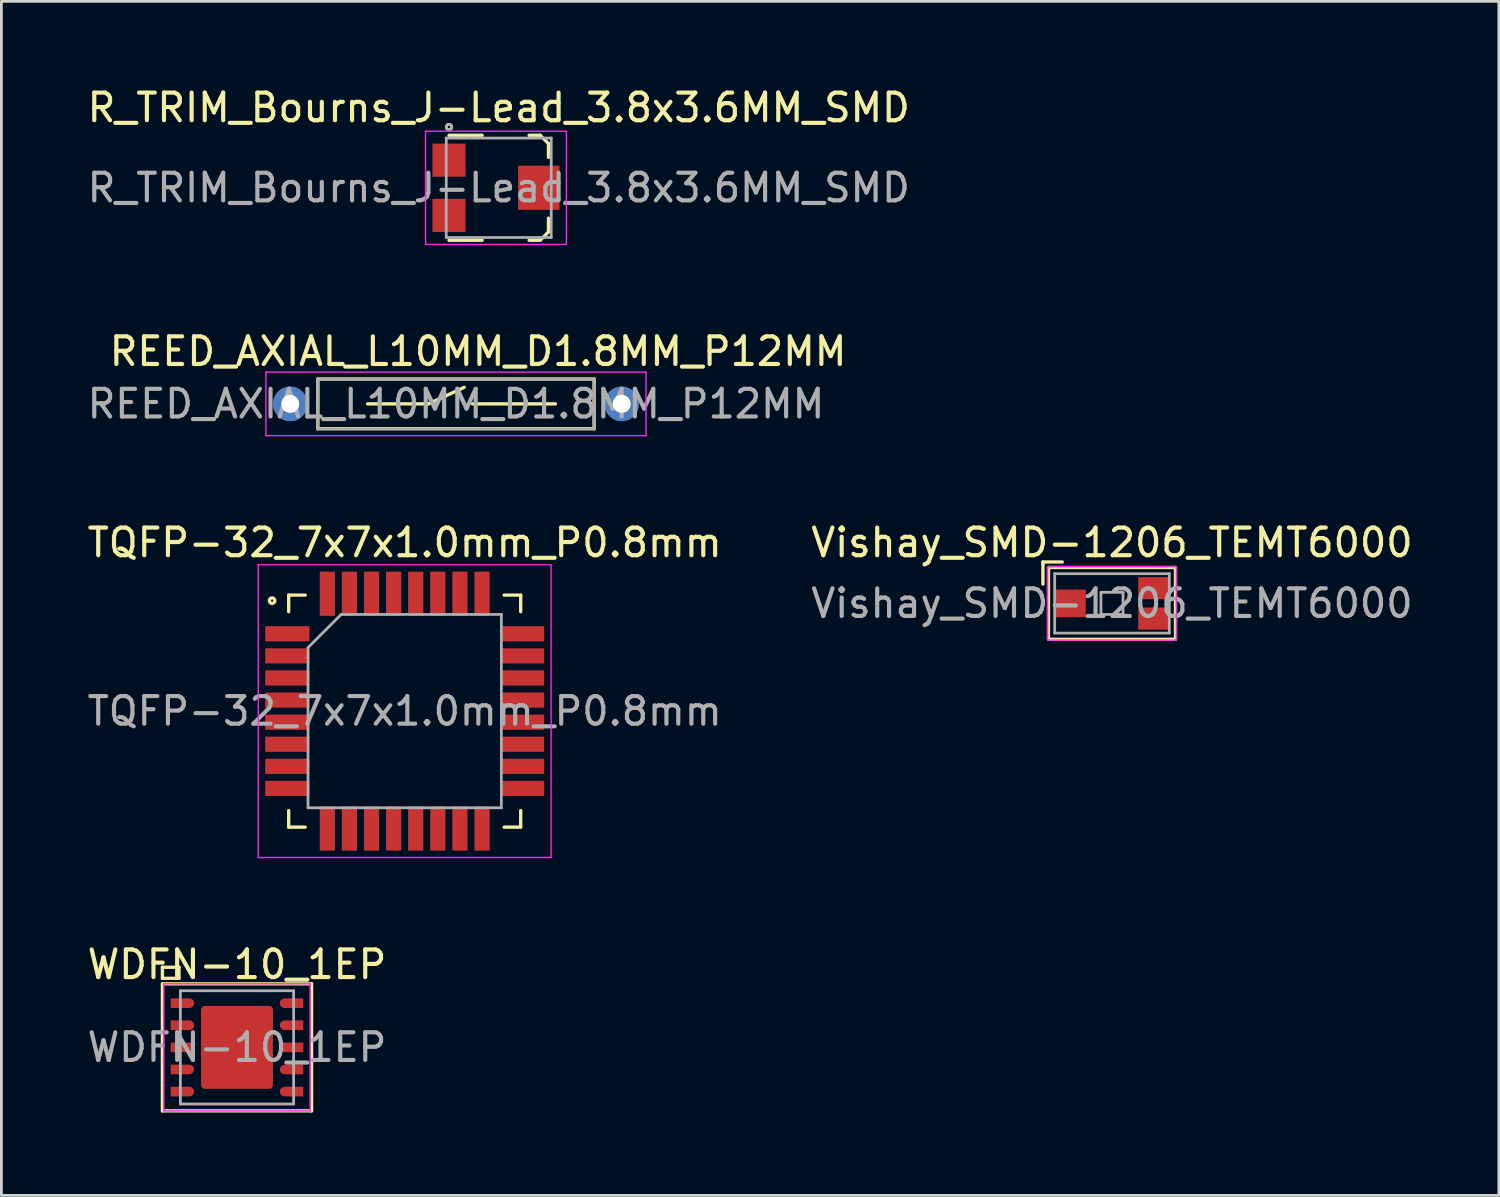
<source format=kicad_pcb>
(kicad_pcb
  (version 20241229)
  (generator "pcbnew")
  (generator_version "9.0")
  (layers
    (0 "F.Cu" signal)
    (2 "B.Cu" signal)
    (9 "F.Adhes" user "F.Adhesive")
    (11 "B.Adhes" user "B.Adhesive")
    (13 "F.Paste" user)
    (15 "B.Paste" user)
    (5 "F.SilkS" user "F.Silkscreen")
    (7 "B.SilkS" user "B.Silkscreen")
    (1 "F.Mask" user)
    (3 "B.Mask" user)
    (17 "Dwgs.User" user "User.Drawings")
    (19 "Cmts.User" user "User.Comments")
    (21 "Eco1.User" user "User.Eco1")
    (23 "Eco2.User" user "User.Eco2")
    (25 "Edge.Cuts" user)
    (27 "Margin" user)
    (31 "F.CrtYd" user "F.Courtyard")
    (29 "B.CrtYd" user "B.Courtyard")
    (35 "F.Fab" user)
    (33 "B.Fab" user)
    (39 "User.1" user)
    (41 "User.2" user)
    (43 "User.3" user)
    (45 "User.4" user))
  (footprint "TQFP-32_7x7x1.0mm_P0.8mm"
    (layer "F.Cu")
    (at 11.601 22.695)
    (property "Reference" "TQFP-32_7x7x1.0mm_P0.8mm" (at 0 -6.1 0) (layer "F.SilkS") (effects (font (size 1 1) (thickness 0.15))))
    (attr smd)
    (fp_line (start -4.2 -4.2) (end -4.2 -3.6) (stroke (width 0.12) (type solid)) (layer "F.SilkS"))
    (fp_line (start -4.2 -4.2) (end -3.6 -4.2) (stroke (width 0.12) (type solid)) (layer "F.SilkS"))
    (fp_line (start -4.2 3.6) (end -4.2 4.2) (stroke (width 0.12) (type solid)) (layer "F.SilkS"))
    (fp_line (start -4.2 4.2) (end -3.6 4.2) (stroke (width 0.12) (type solid)) (layer "F.SilkS"))
    (fp_line (start 3.6 -4.2) (end 4.2 -4.2) (stroke (width 0.12) (type solid)) (layer "F.SilkS"))
    (fp_line (start 3.6 4.2) (end 4.2 4.2) (stroke (width 0.12) (type solid)) (layer "F.SilkS"))
    (fp_line (start 4.2 -4.2) (end 4.2 -3.6) (stroke (width 0.12) (type solid)) (layer "F.SilkS"))
    (fp_line (start 4.2 3.6) (end 4.2 4.2) (stroke (width 0.12) (type solid)) (layer "F.SilkS"))
    (fp_circle (center -4.8 -4) (end -4.8 -3.9) (stroke (width 0.12) (type solid)) (fill no) (layer "F.SilkS"))
    (fp_line (start -5.3 -5.3) (end -5.3 5.3) (stroke (width 0.05) (type solid)) (layer "F.CrtYd"))
    (fp_line (start -5.3 5.3) (end 5.3 5.3) (stroke (width 0.05) (type solid)) (layer "F.CrtYd"))
    (fp_line (start 5.3 -5.3) (end -5.3 -5.3) (stroke (width 0.05) (type solid)) (layer "F.CrtYd"))
    (fp_line (start 5.3 -5.3) (end 5.3 5.3) (stroke (width 0.05) (type solid)) (layer "F.CrtYd"))
    (fp_line (start -3.5 -2.3) (end -2.3 -3.5) (stroke (width 0.1) (type solid)) (layer "F.Fab"))
    (fp_line (start -3.5 3.5) (end -3.5 -2.3) (stroke (width 0.1) (type solid)) (layer "F.Fab"))
    (fp_line (start -2.3 -3.5) (end 3.5 -3.5) (stroke (width 0.1) (type solid)) (layer "F.Fab"))
    (fp_line (start 3.5 -3.5) (end 3.5 3.5) (stroke (width 0.1) (type solid)) (layer "F.Fab"))
    (fp_line (start 3.5 3.5) (end -3.5 3.5) (stroke (width 0.1) (type solid)) (layer "F.Fab"))
    (fp_text user "${REFERENCE}" (at 0 0 0) (layer "F.Fab") (effects (font (size 1 1) (thickness 0.15))))
    (pad "1" smd rect (at -4.25 -2.8) (size 1.6 0.55) (layers "F.Cu" "F.Mask" "F.Paste"))
    (pad "2" smd rect (at -4.25 -2) (size 1.6 0.55) (layers "F.Cu" "F.Mask" "F.Paste"))
    (pad "3" smd rect (at -4.25 -1.2) (size 1.6 0.55) (layers "F.Cu" "F.Mask" "F.Paste"))
    (pad "4" smd rect (at -4.25 -0.4) (size 1.6 0.55) (layers "F.Cu" "F.Mask" "F.Paste"))
    (pad "5" smd rect (at -4.25 0.4) (size 1.6 0.55) (layers "F.Cu" "F.Mask" "F.Paste"))
    (pad "6" smd rect (at -4.25 1.2) (size 1.6 0.55) (layers "F.Cu" "F.Mask" "F.Paste"))
    (pad "7" smd rect (at -4.25 2) (size 1.6 0.55) (layers "F.Cu" "F.Mask" "F.Paste"))
    (pad "8" smd rect (at -4.25 2.8) (size 1.6 0.55) (layers "F.Cu" "F.Mask" "F.Paste"))
    (pad "9" smd rect (at -2.8 4.25) (size 0.55 1.6) (layers "F.Cu" "F.Mask" "F.Paste"))
    (pad "10" smd rect (at -2 4.25) (size 0.55 1.6) (layers "F.Cu" "F.Mask" "F.Paste"))
    (pad "11" smd rect (at -1.2 4.25) (size 0.55 1.6) (layers "F.Cu" "F.Mask" "F.Paste"))
    (pad "12" smd rect (at -0.4 4.25) (size 0.55 1.6) (layers "F.Cu" "F.Mask" "F.Paste"))
    (pad "13" smd rect (at 0.4 4.25) (size 0.55 1.6) (layers "F.Cu" "F.Mask" "F.Paste"))
    (pad "14" smd rect (at 1.2 4.25) (size 0.55 1.6) (layers "F.Cu" "F.Mask" "F.Paste"))
    (pad "15" smd rect (at 2 4.25) (size 0.55 1.6) (layers "F.Cu" "F.Mask" "F.Paste"))
    (pad "16" smd rect (at 2.8 4.25) (size 0.55 1.6) (layers "F.Cu" "F.Mask" "F.Paste"))
    (pad "17" smd rect (at 4.25 2.8) (size 1.6 0.55) (layers "F.Cu" "F.Mask" "F.Paste"))
    (pad "18" smd rect (at 4.25 2) (size 1.6 0.55) (layers "F.Cu" "F.Mask" "F.Paste"))
    (pad "19" smd rect (at 4.25 1.2) (size 1.6 0.55) (layers "F.Cu" "F.Mask" "F.Paste"))
    (pad "20" smd rect (at 4.25 0.4) (size 1.6 0.55) (layers "F.Cu" "F.Mask" "F.Paste"))
    (pad "21" smd rect (at 4.25 -0.4) (size 1.6 0.55) (layers "F.Cu" "F.Mask" "F.Paste"))
    (pad "22" smd rect (at 4.25 -1.2) (size 1.6 0.55) (layers "F.Cu" "F.Mask" "F.Paste"))
    (pad "23" smd rect (at 4.25 -2) (size 1.6 0.55) (layers "F.Cu" "F.Mask" "F.Paste"))
    (pad "24" smd rect (at 4.25 -2.8) (size 1.6 0.55) (layers "F.Cu" "F.Mask" "F.Paste"))
    (pad "25" smd rect (at 2.8 -4.25) (size 0.55 1.6) (layers "F.Cu" "F.Mask" "F.Paste"))
    (pad "26" smd rect (at 2 -4.25) (size 0.55 1.6) (layers "F.Cu" "F.Mask" "F.Paste"))
    (pad "27" smd rect (at 1.2 -4.25) (size 0.55 1.6) (layers "F.Cu" "F.Mask" "F.Paste"))
    (pad "28" smd rect (at 0.4 -4.25) (size 0.55 1.6) (layers "F.Cu" "F.Mask" "F.Paste"))
    (pad "29" smd rect (at -0.4 -4.25) (size 0.55 1.6) (layers "F.Cu" "F.Mask" "F.Paste"))
    (pad "30" smd rect (at -1.2 -4.25) (size 0.55 1.6) (layers "F.Cu" "F.Mask" "F.Paste"))
    (pad "31" smd rect (at -2 -4.25) (size 0.55 1.6) (layers "F.Cu" "F.Mask" "F.Paste"))
    (pad "32" smd rect (at -2.8 -4.25) (size 0.55 1.6) (layers "F.Cu" "F.Mask" "F.Paste")))
  (footprint "WDFN-10_1EP"
    (layer "F.Cu")
    (at 5.53 34.868)
    (property "Reference" "WDFN-10_1EP" (at 0 -3 0) (layer "F.SilkS") (effects (font (size 1 1) (thickness 0.15))))
    (attr smd)
    (fp_line (start -2.7 -2.9) (end -2.7 -2.5) (stroke (width 0.12) (type solid)) (layer "F.SilkS"))
    (fp_line (start -2.7 -2.5) (end -2.1 -2.5) (stroke (width 0.12) (type solid)) (layer "F.SilkS"))
    (fp_line (start -2.7 -2.3) (end 2.7 -2.3) (stroke (width 0.12) (type solid)) (layer "F.SilkS"))
    (fp_line (start -2.7 2.3) (end -2.7 -2.3) (stroke (width 0.12) (type solid)) (layer "F.SilkS"))
    (fp_line (start -2.1 -2.9) (end -2.7 -2.9) (stroke (width 0.12) (type solid)) (layer "F.SilkS"))
    (fp_line (start -2.1 -2.5) (end -2.1 -2.9) (stroke (width 0.12) (type solid)) (layer "F.SilkS"))
    (fp_line (start 2.7 -2.3) (end 2.7 2.3) (stroke (width 0.12) (type solid)) (layer "F.SilkS"))
    (fp_line (start 2.7 2.3) (end -2.7 2.3) (stroke (width 0.12) (type solid)) (layer "F.SilkS"))
    (fp_line (start -2.65 -2.3) (end -2.65 2.3) (stroke (width 0.05) (type solid)) (layer "F.CrtYd"))
    (fp_line (start -2.65 -2.3) (end 2.65 -2.3) (stroke (width 0.05) (type solid)) (layer "F.CrtYd"))
    (fp_line (start -2.65 2.3) (end 2.65 2.3) (stroke (width 0.05) (type solid)) (layer "F.CrtYd"))
    (fp_line (start 2.65 -2.3) (end 2.65 2.3) (stroke (width 0.05) (type solid)) (layer "F.CrtYd"))
    (fp_line (start -2.05 -2.05) (end -2.05 2.05) (stroke (width 0.1) (type solid)) (layer "F.Fab"))
    (fp_line (start -2.05 -2.05) (end 2.05 -2.05) (stroke (width 0.1) (type solid)) (layer "F.Fab"))
    (fp_line (start -2.05 2.05) (end 2.05 2.05) (stroke (width 0.1) (type solid)) (layer "F.Fab"))
    (fp_line (start 2.05 -2.05) (end 2.05 2.05) (stroke (width 0.1) (type solid)) (layer "F.Fab"))
    (fp_text user "${REFERENCE}" (at 0 0 0) (layer "F.Fab") (effects (font (size 1 1) (thickness 0.15))))
    (pad "1" smd custom (at -1.725 -1.6 270) (size 0.3 0.3) (layers "F.Cu" "F.Paste") (options (anchor circle)) (primitives (gr_poly (pts (xy -0.15 0) (xy 0.15 0) (xy 0.15 0.65) (xy -0.15 0.65)) (width 0) (fill yes))))
    (pad "1" smd custom (at -1.725 -1.6 270) (size 0.35 0.35) (layers "F.Cu" "F.Mask") (options (anchor circle)) (primitives (gr_poly (pts (xy -0.175 0) (xy 0.175 0) (xy 0.175 0.675) (xy -0.175 0.675)) (width 0) (fill yes))))
    (pad "2" smd custom (at -1.725 -0.8 270) (size 0.3 0.3) (layers "F.Cu" "F.Paste") (options (anchor circle)) (primitives (gr_poly (pts (xy -0.15 0) (xy 0.15 0) (xy 0.15 0.65) (xy -0.15 0.65)) (width 0) (fill yes))))
    (pad "2" smd custom (at -1.725 -0.8 270) (size 0.35 0.35) (layers "F.Cu" "F.Mask") (options (anchor circle)) (primitives (gr_poly (pts (xy -0.175 0) (xy 0.175 0) (xy 0.175 0.675) (xy -0.175 0.675)) (width 0) (fill yes))))
    (pad "3" smd custom (at -1.725 0 270) (size 0.3 0.3) (layers "F.Cu" "F.Paste") (options (anchor circle)) (primitives (gr_poly (pts (xy -0.15 0) (xy 0.15 0) (xy 0.15 0.65) (xy -0.15 0.65)) (width 0) (fill yes))))
    (pad "3" smd custom (at -1.725 0 270) (size 0.35 0.35) (layers "F.Cu" "F.Mask") (options (anchor circle)) (primitives (gr_poly (pts (xy -0.175 0) (xy 0.175 0) (xy 0.175 0.675) (xy -0.175 0.675)) (width 0) (fill yes))))
    (pad "4" smd custom (at -1.725 0.8 270) (size 0.3 0.3) (layers "F.Cu" "F.Paste") (options (anchor circle)) (primitives (gr_poly (pts (xy -0.15 0) (xy 0.15 0) (xy 0.15 0.65) (xy -0.15 0.65)) (width 0) (fill yes))))
    (pad "4" smd custom (at -1.725 0.8 270) (size 0.35 0.35) (layers "F.Cu" "F.Mask") (options (anchor circle)) (primitives (gr_poly (pts (xy -0.175 0) (xy 0.175 0) (xy 0.175 0.675) (xy -0.175 0.675)) (width 0) (fill yes))))
    (pad "5" smd custom (at -1.725 1.6 270) (size 0.3 0.3) (layers "F.Cu" "F.Paste") (options (anchor circle)) (primitives (gr_poly (pts (xy -0.15 0) (xy 0.15 0) (xy 0.15 0.65) (xy -0.15 0.65)) (width 0) (fill yes))))
    (pad "5" smd custom (at -1.725 1.6 270) (size 0.35 0.35) (layers "F.Cu" "F.Mask") (options (anchor circle)) (primitives (gr_poly (pts (xy -0.175 0) (xy 0.175 0) (xy 0.175 0.675) (xy -0.175 0.675)) (width 0) (fill yes))))
    (pad "6" smd custom (at 1.725 1.6 90) (size 0.3 0.3) (layers "F.Cu" "F.Paste") (options (anchor circle)) (primitives (gr_poly (pts (xy -0.15 0) (xy 0.15 0) (xy 0.15 0.65) (xy -0.15 0.65)) (width 0) (fill yes))))
    (pad "6" smd custom (at 1.725 1.6 90) (size 0.35 0.35) (layers "F.Cu" "F.Mask") (options (anchor circle)) (primitives (gr_poly (pts (xy -0.175 0) (xy 0.175 0) (xy 0.175 0.675) (xy -0.175 0.675)) (width 0) (fill yes))))
    (pad "7" smd custom (at 1.725 0.8 90) (size 0.3 0.3) (layers "F.Cu" "F.Paste") (options (anchor circle)) (primitives (gr_poly (pts (xy -0.15 0) (xy 0.15 0) (xy 0.15 0.65) (xy -0.15 0.65)) (width 0) (fill yes))))
    (pad "7" smd custom (at 1.725 0.8 90) (size 0.35 0.35) (layers "F.Cu" "F.Mask") (options (anchor circle)) (primitives (gr_poly (pts (xy -0.175 0) (xy 0.175 0) (xy 0.175 0.675) (xy -0.175 0.675)) (width 0) (fill yes))))
    (pad "8" smd custom (at 1.725 0 90) (size 0.3 0.3) (layers "F.Cu" "F.Paste") (options (anchor circle)) (primitives (gr_poly (pts (xy -0.15 0) (xy 0.15 0) (xy 0.15 0.65) (xy -0.15 0.65)) (width 0) (fill yes))))
    (pad "8" smd custom (at 1.725 0 90) (size 0.35 0.35) (layers "F.Cu" "F.Mask") (options (anchor circle)) (primitives (gr_poly (pts (xy -0.175 0) (xy 0.175 0) (xy 0.175 0.675) (xy -0.175 0.675)) (width 0) (fill yes))))
    (pad "9" smd custom (at 1.725 -0.8 90) (size 0.3 0.3) (layers "F.Cu" "F.Paste") (options (anchor circle)) (primitives (gr_poly (pts (xy -0.15 0) (xy 0.15 0) (xy 0.15 0.65) (xy -0.15 0.65)) (width 0) (fill yes))))
    (pad "9" smd custom (at 1.725 -0.8 90) (size 0.35 0.35) (layers "F.Cu" "F.Mask") (options (anchor circle)) (primitives (gr_poly (pts (xy -0.175 0) (xy 0.175 0) (xy 0.175 0.675) (xy -0.175 0.675)) (width 0) (fill yes))))
    (pad "10" smd custom (at 1.725 -1.6 90) (size 0.3 0.3) (layers "F.Cu" "F.Paste") (options (anchor circle)) (primitives (gr_poly (pts (xy -0.15 0) (xy 0.15 0) (xy 0.15 0.65) (xy -0.15 0.65)) (width 0) (fill yes))))
    (pad "10" smd custom (at 1.725 -1.6 90) (size 0.35 0.35) (layers "F.Cu" "F.Mask") (options (anchor circle)) (primitives (gr_poly (pts (xy -0.175 0) (xy 0.175 0) (xy 0.175 0.675) (xy -0.175 0.675)) (width 0) (fill yes))))
    (pad "11" smd roundrect (at -0.725 -0.725) (size 1.15 1.15) (layers "F.Cu" "F.Paste") (roundrect_rratio 0.05))
    (pad "11" smd roundrect (at -0.725 0.725) (size 1.15 1.15) (layers "F.Cu" "F.Paste") (roundrect_rratio 0.05))
    (pad "11" smd roundrect (at 0 0) (size 2.6 3) (layers "F.Cu" "F.Mask") (roundrect_rratio 0.05))
    (pad "11" smd roundrect (at 0.725 -0.725) (size 1.15 1.15) (layers "F.Cu" "F.Paste") (roundrect_rratio 0.05))
    (pad "11" smd roundrect (at 0.725 0.725) (size 1.15 1.15) (layers "F.Cu" "F.Paste") (roundrect_rratio 0.05)))
  (footprint "REED_AXIAL_L10MM_D1.8MM_P12MM"
    (layer "F.Cu")
    (at 7.458 11.572)
    (property "Reference" "REED_AXIAL_L10MM_D1.8MM_P12MM" (at 6.8 -1.9 0) (layer "F.SilkS") (effects (font (size 1 1) (thickness 0.15))))
    (attr through_hole)
    (fp_line (start 1 -0.9) (end 11 -0.9) (stroke (width 0.12) (type solid)) (layer "F.SilkS"))
    (fp_line (start 1 0.9) (end 1 -0.9) (stroke (width 0.12) (type solid)) (layer "F.SilkS"))
    (fp_line (start 1 0.9) (end 11 0.9) (stroke (width 0.12) (type solid)) (layer "F.SilkS"))
    (fp_line (start 5 0) (end 2.8 0) (stroke (width 0.12) (type solid)) (layer "F.SilkS"))
    (fp_line (start 5 0) (end 6.3 -0.6) (stroke (width 0.12) (type solid)) (layer "F.SilkS"))
    (fp_line (start 6.6 0) (end 9.6 0) (stroke (width 0.12) (type solid)) (layer "F.SilkS"))
    (fp_line (start 11 -0.9) (end 11 0.9) (stroke (width 0.12) (type solid)) (layer "F.SilkS"))
    (fp_line (start -0.88 -1.15) (end -0.88 1.15) (stroke (width 0.05) (type solid)) (layer "F.CrtYd"))
    (fp_line (start -0.88 -1.15) (end 12.88 -1.15) (stroke (width 0.05) (type solid)) (layer "F.CrtYd"))
    (fp_line (start -0.88 1.15) (end 12.88 1.15) (stroke (width 0.05) (type solid)) (layer "F.CrtYd"))
    (fp_line (start 12.88 -1.15) (end 12.88 1.15) (stroke (width 0.05) (type solid)) (layer "F.CrtYd"))
    (fp_line (start 1 -0.9) (end 1 0.9) (stroke (width 0.1) (type solid)) (layer "F.Fab"))
    (fp_line (start 1 -0.9) (end 11 -0.9) (stroke (width 0.1) (type solid)) (layer "F.Fab"))
    (fp_line (start 1 0.9) (end 11 0.9) (stroke (width 0.1) (type solid)) (layer "F.Fab"))
    (fp_line (start 11 0.9) (end 11 -0.9) (stroke (width 0.1) (type solid)) (layer "F.Fab"))
    (fp_text user "${REFERENCE}" (at 6 0 0) (layer "F.Fab") (effects (font (size 1 1) (thickness 0.15))))
    (pad "1" thru_hole circle (at 0 0) (size 1.25 1.25) (drill 0.65) (layers "*.Cu" "*.Mask"))
    (pad "2" thru_hole circle (at 12 0) (size 1.25 1.25) (drill 0.65) (layers "*.Cu" "*.Mask")))
  (footprint "Vishay_SMD-1206_TEMT6000"
    (layer "F.Cu")
    (at 37.208 18.795)
    (property "Reference" "Vishay_SMD-1206_TEMT6000" (at 0 -2.2 0) (layer "F.SilkS") (effects (font (size 1 1) (thickness 0.15))))
    (attr through_hole)
    (fp_line (start -2.5 -1.5) (end -1.8 -1.5) (stroke (width 0.12) (type solid)) (layer "F.SilkS"))
    (fp_line (start -2.5 -1.4) (end -2.5 -1.5) (stroke (width 0.12) (type solid)) (layer "F.SilkS"))
    (fp_line (start -2.5 -0.7) (end -2.5 -1.4) (stroke (width 0.12) (type solid)) (layer "F.SilkS"))
    (fp_line (start -2.3 -1.3) (end -2.2 -1.3) (stroke (width 0.12) (type solid)) (layer "F.SilkS"))
    (fp_line (start -2.3 1.3) (end -2.3 -1.3) (stroke (width 0.12) (type solid)) (layer "F.SilkS"))
    (fp_line (start -2.2 -1.3) (end 2.2 -1.3) (stroke (width 0.12) (type solid)) (layer "F.SilkS"))
    (fp_line (start 2.2 -1.3) (end 2.3 -1.3) (stroke (width 0.12) (type solid)) (layer "F.SilkS"))
    (fp_line (start 2.3 -1.3) (end 2.3 1.3) (stroke (width 0.12) (type solid)) (layer "F.SilkS"))
    (fp_line (start 2.3 1.3) (end -2.3 1.3) (stroke (width 0.12) (type solid)) (layer "F.SilkS"))
    (fp_line (start -2.33 -1.33) (end 2.33 -1.33) (stroke (width 0.05) (type solid)) (layer "F.CrtYd"))
    (fp_line (start -2.33 1.33) (end -2.33 -1.33) (stroke (width 0.05) (type solid)) (layer "F.CrtYd"))
    (fp_line (start 2.33 -1.33) (end 2.33 1.33) (stroke (width 0.05) (type solid)) (layer "F.CrtYd"))
    (fp_line (start 2.33 1.33) (end -2.33 1.33) (stroke (width 0.05) (type solid)) (layer "F.CrtYd"))
    (fp_line (start -2.075 -1.075) (end -2.075 1.075) (stroke (width 0.1) (type solid)) (layer "F.Fab"))
    (fp_line (start -2.075 -1.075) (end 2.075 -1.075) (stroke (width 0.1) (type solid)) (layer "F.Fab"))
    (fp_line (start -2.075 1.075) (end 2.075 1.075) (stroke (width 0.1) (type solid)) (layer "F.Fab"))
    (fp_line (start -0.4 -0.4) (end -0.4 0.4) (stroke (width 0.1) (type solid)) (layer "F.Fab"))
    (fp_line (start -0.4 0.4) (end 0.4 0.4) (stroke (width 0.1) (type solid)) (layer "F.Fab"))
    (fp_line (start 0.4 -0.4) (end -0.4 -0.4) (stroke (width 0.1) (type solid)) (layer "F.Fab"))
    (fp_line (start 0.4 0.4) (end 0.4 -0.4) (stroke (width 0.1) (type solid)) (layer "F.Fab"))
    (fp_line (start 2.075 -1.075) (end 2.075 1.075) (stroke (width 0.1) (type solid)) (layer "F.Fab"))
    (fp_text user "${REFERENCE}" (at 0 0 0) (layer "F.Fab") (effects (font (size 1 1) (thickness 0.15))))
    (pad "1" smd rect (at -1.5 0) (size 1.1 1) (layers "F.Cu" "F.Mask" "F.Paste"))
    (pad "2" smd rect (at 1.5 0.55) (size 1.1 0.8) (layers "F.Cu" "F.Mask" "F.Paste"))
    (pad "3" smd rect (at 1.5 -0.55) (size 1.1 0.8) (layers "F.Cu" "F.Mask" "F.Paste")))
  (footprint "R_TRIM_Bourns_J-Lead_3.8x3.6MM_SMD"
    (layer "F.Cu")
    (at 15.006 3.748)
    (property "Reference" "R_TRIM_Bourns_J-Lead_3.8x3.6MM_SMD" (at 0 -2.9 0) (layer "F.SilkS") (effects (font (size 1 1) (thickness 0.15))))
    (attr through_hole)
    (fp_line (start -1.8 -1.9) (end -0.6 -1.9) (stroke (width 0.12) (type solid)) (layer "F.SilkS"))
    (fp_line (start -0.6 1.9) (end -1.8 1.9) (stroke (width 0.12) (type solid)) (layer "F.SilkS"))
    (fp_line (start 1.5 -1.9) (end 1.1 -1.9) (stroke (width 0.12) (type solid)) (layer "F.SilkS"))
    (fp_line (start 1.5 1.9) (end 1.1 1.9) (stroke (width 0.12) (type solid)) (layer "F.SilkS"))
    (fp_line (start 1.8 -1.6) (end 1.5 -1.9) (stroke (width 0.12) (type solid)) (layer "F.SilkS"))
    (fp_line (start 1.8 -1.1) (end 1.8 -1.6) (stroke (width 0.12) (type solid)) (layer "F.SilkS"))
    (fp_line (start 1.8 1.1) (end 1.8 1.6) (stroke (width 0.12) (type solid)) (layer "F.SilkS"))
    (fp_line (start 1.8 1.6) (end 1.5 1.9) (stroke (width 0.12) (type solid)) (layer "F.SilkS"))
    (fp_circle (center -1.8 -2.2) (end -1.8 -2.1) (stroke (width 0.1) (type solid)) (fill no) (layer "F.SilkS"))
    (fp_line (start -2.65 -2.05) (end 2.45 -2.05) (stroke (width 0.05) (type solid)) (layer "F.CrtYd"))
    (fp_line (start -2.65 2.05) (end -2.65 -2.05) (stroke (width 0.05) (type solid)) (layer "F.CrtYd"))
    (fp_line (start -2.65 2.05) (end 2.45 2.05) (stroke (width 0.05) (type solid)) (layer "F.CrtYd"))
    (fp_line (start 2.45 -2.05) (end 2.45 2.05) (stroke (width 0.05) (type solid)) (layer "F.CrtYd"))
    (fp_line (start -1.9 -1.8) (end 1.9 -1.8) (stroke (width 0.1) (type solid)) (layer "F.Fab"))
    (fp_line (start -1.9 1.8) (end -1.9 -1.8) (stroke (width 0.1) (type solid)) (layer "F.Fab"))
    (fp_line (start 1.9 -1.8) (end 1.9 1.8) (stroke (width 0.1) (type solid)) (layer "F.Fab"))
    (fp_line (start 1.9 1.8) (end -1.9 1.8) (stroke (width 0.1) (type solid)) (layer "F.Fab"))
    (fp_circle (center -1.8 -2.2) (end -1.8 -2.1) (stroke (width 0.1) (type solid)) (fill no) (layer "F.Fab"))
    (fp_text user "${REFERENCE}" (at 0 0 0) (layer "F.Fab") (effects (font (size 1 1) (thickness 0.15))))
    (pad "1" smd rect (at -1.8 -1) (size 1.2 1.2) (layers "F.Cu" "F.Mask" "F.Paste"))
    (pad "2" smd rect (at 1.45 0) (size 1.5 1.6) (layers "F.Cu" "F.Mask" "F.Paste"))
    (pad "3" smd rect (at -1.8 1) (size 1.2 1.2) (layers "F.Cu" "F.Mask" "F.Paste")))
  (gr_rect
    (start -3 -3)
    (end 51.214 40.228)
    (stroke (width 0.1) (type default))
    (fill no)
    (layer "Edge.Cuts")))
</source>
